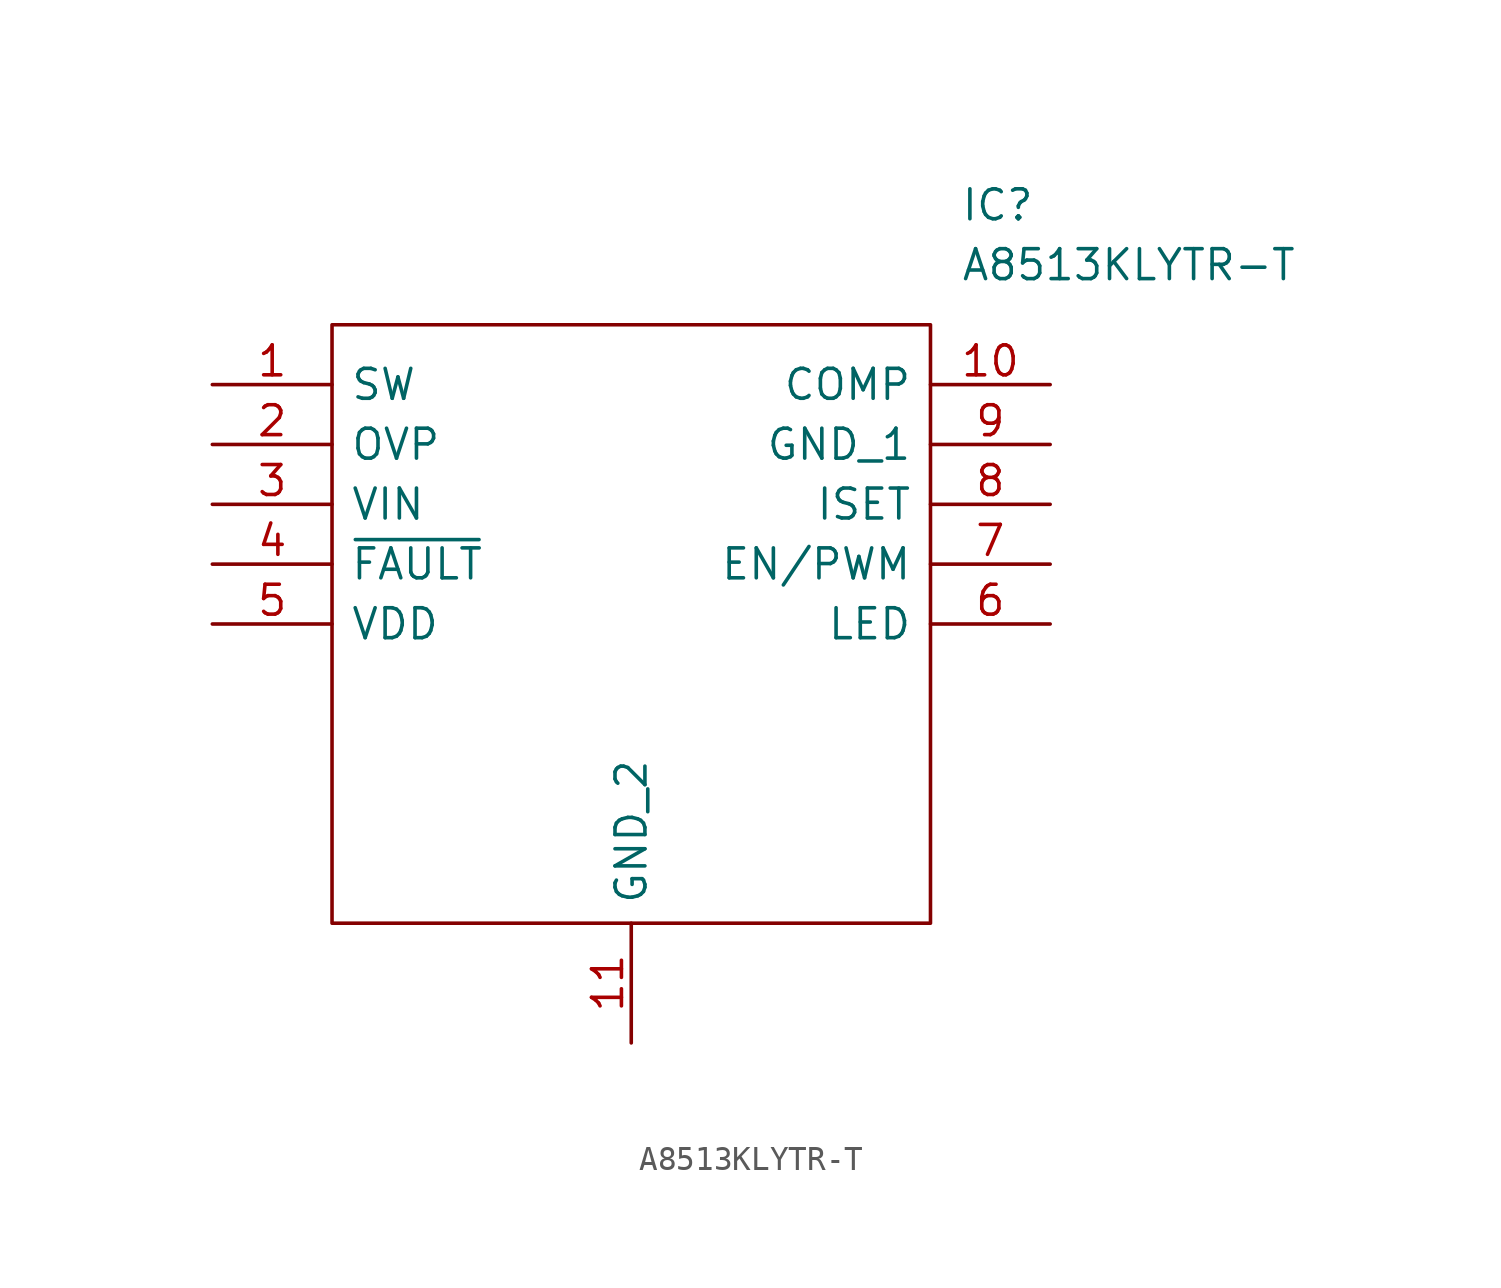
<source format=kicad_sym>
(kicad_symbol_lib
  (version 20220914)
  (generator kicad_symbol_editor)
  (symbol "A8513KLYTR-T"
    (pin_names
      (offset 0.762))
    (property "Reference" "IC"
      (at 31.75 7.62 0)
      (effects (font (size 1.27 1.27)) (justify left)))
    (property "Value" "A8513KLYTR-T"
      (at 31.75 5.08 0)
      (effects (font (size 1.27 1.27)) (justify left)))
    (symbol "A8513KLYTR-T_0_0"
      (pin passive line (at 0 0 0) (length 5.08) (name "SW" (effects (font (size 1.27 1.27)))) (number "1" (effects (font (size 1.27 1.27)))))
      (pin passive line (at 35.56 0 180) (length 5.08) (name "COMP" (effects (font (size 1.27 1.27)))) (number "10" (effects (font (size 1.27 1.27)))))
      (pin passive line (at 17.78 -27.94 90) (length 5.08) (name "GND_2" (effects (font (size 1.27 1.27)))) (number "11" (effects (font (size 1.27 1.27)))))
      (pin passive line (at 0 -2.54 0) (length 5.08) (name "OVP" (effects (font (size 1.27 1.27)))) (number "2" (effects (font (size 1.27 1.27)))))
      (pin passive line (at 0 -5.08 0) (length 5.08) (name "VIN" (effects (font (size 1.27 1.27)))) (number "3" (effects (font (size 1.27 1.27)))))
      (pin passive line (at 0 -7.62 0) (length 5.08) (name "~{FAULT}" (effects (font (size 1.27 1.27)))) (number "4" (effects (font (size 1.27 1.27)))))
      (pin passive line (at 0 -10.16 0) (length 5.08) (name "VDD" (effects (font (size 1.27 1.27)))) (number "5" (effects (font (size 1.27 1.27)))))
      (pin passive line (at 35.56 -10.16 180) (length 5.08) (name "LED" (effects (font (size 1.27 1.27)))) (number "6" (effects (font (size 1.27 1.27)))))
      (pin passive line (at 35.56 -7.62 180) (length 5.08) (name "EN/PWM" (effects (font (size 1.27 1.27)))) (number "7" (effects (font (size 1.27 1.27)))))
      (pin passive line (at 35.56 -5.08 180) (length 5.08) (name "ISET" (effects (font (size 1.27 1.27)))) (number "8" (effects (font (size 1.27 1.27)))))
      (pin passive line (at 35.56 -2.54 180) (length 5.08) (name "GND_1" (effects (font (size 1.27 1.27)))) (number "9" (effects (font (size 1.27 1.27))))))
    (symbol "A8513KLYTR-T_0_1"
      (polyline (pts (xy 5.08 2.54) (xy 30.48 2.54) (xy 30.48 -22.86) (xy 5.08 -22.86) (xy 5.08 2.54)) (stroke (width 0.152) (type solid)) (fill (type none))))))
</source>
